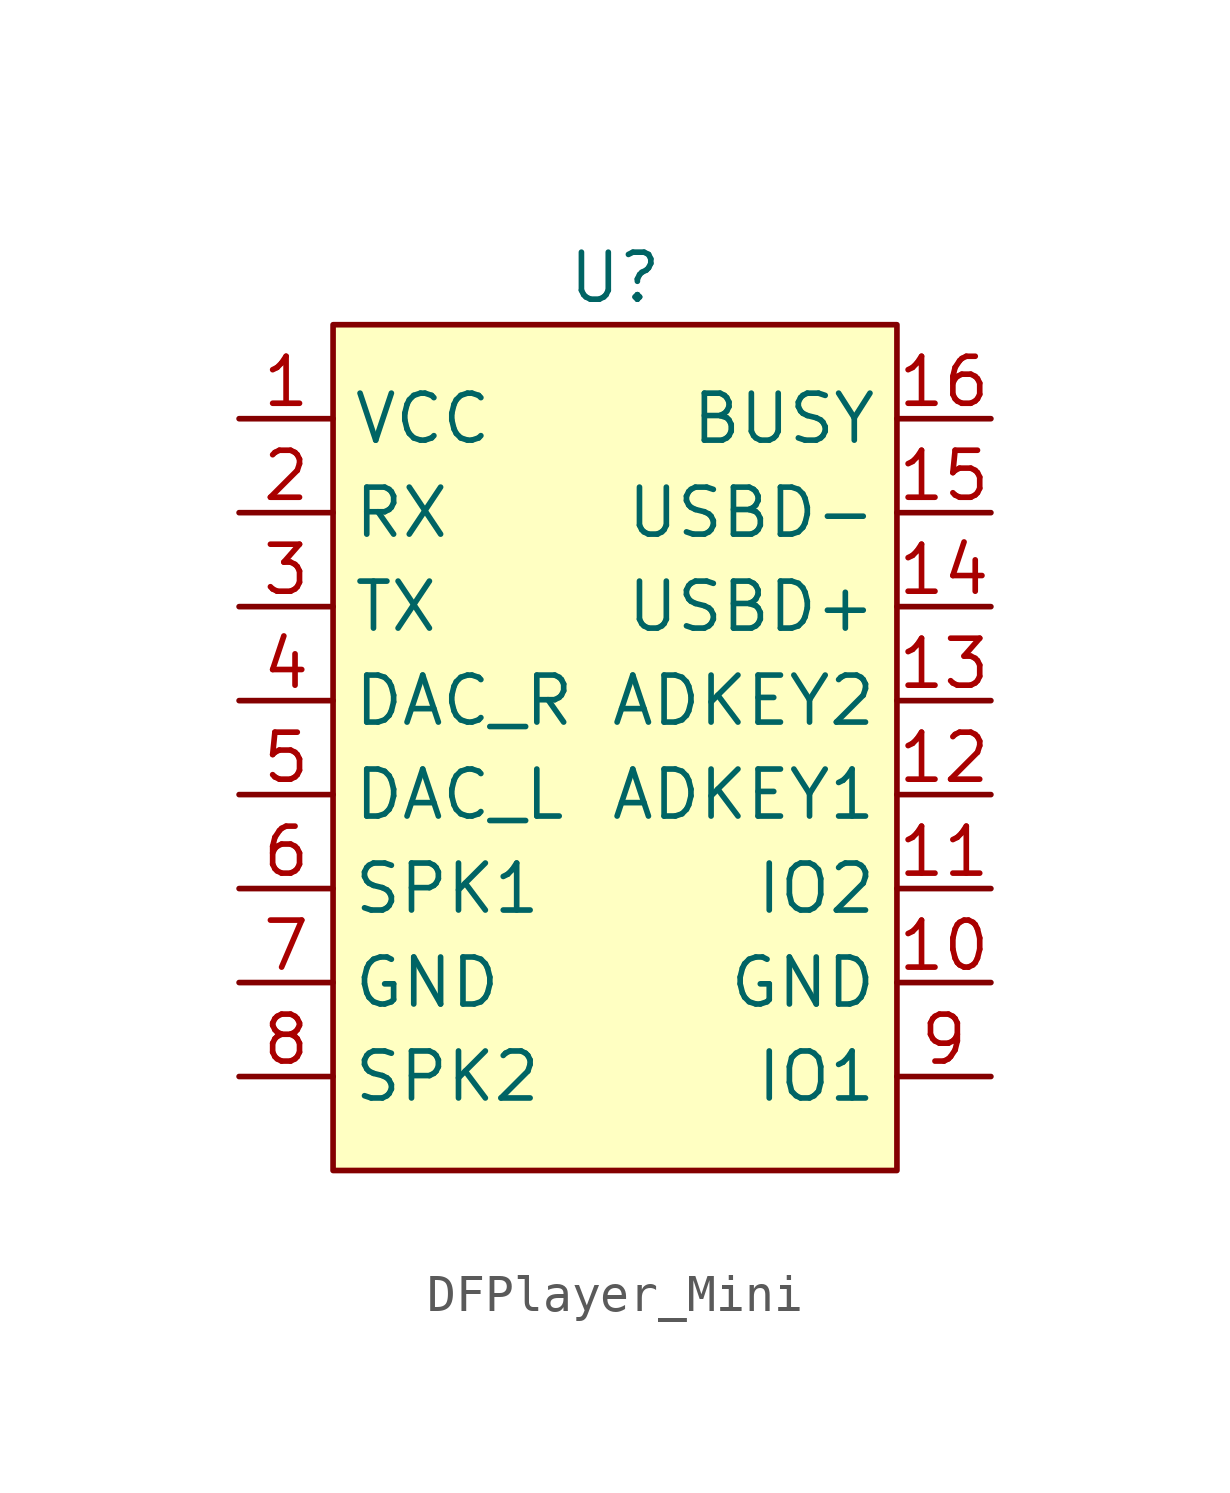
<source format=kicad_sym>
(kicad_symbol_lib
  (version 20231120)
  (generator "kicad_symbol_editor")
  (generator_version "8.0")
  (symbol "DFPlayer_Mini"
    (property "Reference" "U"
      (at 0 11.43 0)
      (effects (font (size 1.27 1.27))))
    (property "Value" ""
      (at -2.54 2.54 0)
      (effects (font (size 1.27 1.27))))
    (symbol "DFPlayer_Mini_1_1"
      (rectangle (start -7.62 10.16) (end 7.62 -12.7) (stroke (width 0) (type default)) (fill (type background)))
      (pin input line (at -10.16 7.62 0) (length 2.54) (name "VCC" (effects (font (size 1.27 1.27)))) (number "1" (effects (font (size 1.27 1.27)))))
      (pin input line (at 10.16 -7.62 180) (length 2.54) (name "GND" (effects (font (size 1.27 1.27)))) (number "10" (effects (font (size 1.27 1.27)))))
      (pin input line (at 10.16 -5.08 180) (length 2.54) (name "IO2" (effects (font (size 1.27 1.27)))) (number "11" (effects (font (size 1.27 1.27)))))
      (pin input line (at 10.16 -2.54 180) (length 2.54) (name "ADKEY1" (effects (font (size 1.27 1.27)))) (number "12" (effects (font (size 1.27 1.27)))))
      (pin input line (at 10.16 0 180) (length 2.54) (name "ADKEY2" (effects (font (size 1.27 1.27)))) (number "13" (effects (font (size 1.27 1.27)))))
      (pin input line (at 10.16 2.54 180) (length 2.54) (name "USBD+" (effects (font (size 1.27 1.27)))) (number "14" (effects (font (size 1.27 1.27)))))
      (pin input line (at 10.16 5.08 180) (length 2.54) (name "USBD-" (effects (font (size 1.27 1.27)))) (number "15" (effects (font (size 1.27 1.27)))))
      (pin input line (at 10.16 7.62 180) (length 2.54) (name "BUSY" (effects (font (size 1.27 1.27)))) (number "16" (effects (font (size 1.27 1.27)))))
      (pin input line (at -10.16 5.08 0) (length 2.54) (name "RX" (effects (font (size 1.27 1.27)))) (number "2" (effects (font (size 1.27 1.27)))))
      (pin input line (at -10.16 2.54 0) (length 2.54) (name "TX" (effects (font (size 1.27 1.27)))) (number "3" (effects (font (size 1.27 1.27)))))
      (pin input line (at -10.16 0 0) (length 2.54) (name "DAC_R" (effects (font (size 1.27 1.27)))) (number "4" (effects (font (size 1.27 1.27)))))
      (pin input line (at -10.16 -2.54 0) (length 2.54) (name "DAC_L" (effects (font (size 1.27 1.27)))) (number "5" (effects (font (size 1.27 1.27)))))
      (pin input line (at -10.16 -5.08 0) (length 2.54) (name "SPK1" (effects (font (size 1.27 1.27)))) (number "6" (effects (font (size 1.27 1.27)))))
      (pin input line (at -10.16 -7.62 0) (length 2.54) (name "GND" (effects (font (size 1.27 1.27)))) (number "7" (effects (font (size 1.27 1.27)))))
      (pin input line (at -10.16 -10.16 0) (length 2.54) (name "SPK2" (effects (font (size 1.27 1.27)))) (number "8" (effects (font (size 1.27 1.27)))))
      (pin input line (at 10.16 -10.16 180) (length 2.54) (name "IO1" (effects (font (size 1.27 1.27)))) (number "9" (effects (font (size 1.27 1.27))))))))
</source>
